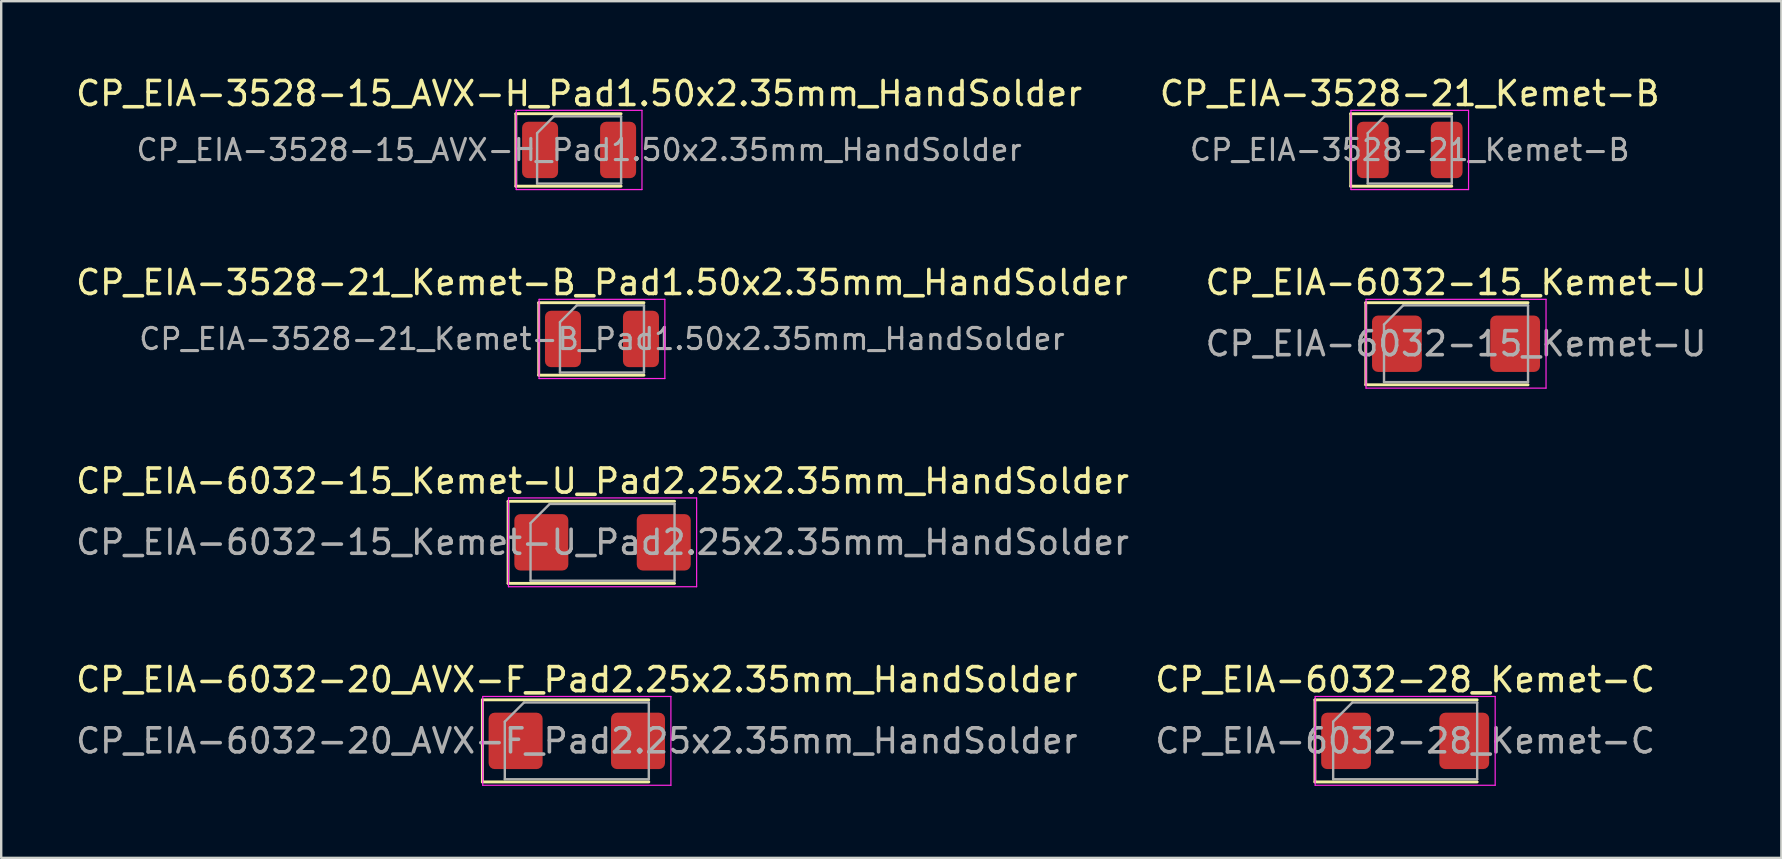
<source format=kicad_pcb>
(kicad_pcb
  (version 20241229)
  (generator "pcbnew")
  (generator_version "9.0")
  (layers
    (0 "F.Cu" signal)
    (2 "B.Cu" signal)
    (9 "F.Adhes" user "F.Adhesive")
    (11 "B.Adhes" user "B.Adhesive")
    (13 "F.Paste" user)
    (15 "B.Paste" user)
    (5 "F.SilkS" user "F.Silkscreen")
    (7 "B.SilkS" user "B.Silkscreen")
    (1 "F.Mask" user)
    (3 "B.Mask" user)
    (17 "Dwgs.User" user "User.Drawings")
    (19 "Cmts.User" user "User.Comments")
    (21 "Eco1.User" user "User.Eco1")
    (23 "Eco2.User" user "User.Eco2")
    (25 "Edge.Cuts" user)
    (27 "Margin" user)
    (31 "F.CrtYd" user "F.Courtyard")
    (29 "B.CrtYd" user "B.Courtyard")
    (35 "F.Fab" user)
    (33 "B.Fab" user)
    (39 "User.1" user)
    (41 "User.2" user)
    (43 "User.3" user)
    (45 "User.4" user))
  (footprint "CP_EIA-6032-15_Kemet-U_Pad2.25x2.35mm_HandSolder"
    (layer "F.Cu")
    (at 22.054 19.545)
    (property "Reference" "CP_EIA-6032-15_Kemet-U_Pad2.25x2.35mm_HandSolder" (at 0 -2.55 0) (layer "F.SilkS") (effects (font (size 1 1) (thickness 0.15))))
    (attr smd)
    (fp_line (start -3.935 -1.71) (end -3.935 1.71) (stroke (width 0.12) (type solid)) (layer "F.SilkS"))
    (fp_line (start -3.935 1.71) (end 3 1.71) (stroke (width 0.12) (type solid)) (layer "F.SilkS"))
    (fp_line (start 3 -1.71) (end -3.935 -1.71) (stroke (width 0.12) (type solid)) (layer "F.SilkS"))
    (fp_line (start -3.92 -1.85) (end 3.92 -1.85) (stroke (width 0.05) (type solid)) (layer "F.CrtYd"))
    (fp_line (start -3.92 1.85) (end -3.92 -1.85) (stroke (width 0.05) (type solid)) (layer "F.CrtYd"))
    (fp_line (start 3.92 -1.85) (end 3.92 1.85) (stroke (width 0.05) (type solid)) (layer "F.CrtYd"))
    (fp_line (start 3.92 1.85) (end -3.92 1.85) (stroke (width 0.05) (type solid)) (layer "F.CrtYd"))
    (fp_line (start -3 -0.8) (end -3 1.6) (stroke (width 0.1) (type solid)) (layer "F.Fab"))
    (fp_line (start -3 1.6) (end 3 1.6) (stroke (width 0.1) (type solid)) (layer "F.Fab"))
    (fp_line (start -2.2 -1.6) (end -3 -0.8) (stroke (width 0.1) (type solid)) (layer "F.Fab"))
    (fp_line (start 3 -1.6) (end -2.2 -1.6) (stroke (width 0.1) (type solid)) (layer "F.Fab"))
    (fp_line (start 3 1.6) (end 3 -1.6) (stroke (width 0.1) (type solid)) (layer "F.Fab"))
    (fp_text user "${REFERENCE}" (at 0 0 0) (layer "F.Fab") (effects (font (size 1 1) (thickness 0.15))))
    (pad "1" smd roundrect (at -2.55 0) (size 2.25 2.35) (layers "F.Cu" "F.Mask" "F.Paste") (roundrect_rratio 0.111))
    (pad "2" smd roundrect (at 2.55 0) (size 2.25 2.35) (layers "F.Cu" "F.Mask" "F.Paste") (roundrect_rratio 0.111)))
  (footprint "CP_EIA-3528-21_Kemet-B_Pad1.50x2.35mm_HandSolder"
    (layer "F.Cu")
    (at 22.03 11.072)
    (property "Reference" "CP_EIA-3528-21_Kemet-B_Pad1.50x2.35mm_HandSolder" (at 0 -2.35 0) (layer "F.SilkS") (effects (font (size 1 1) (thickness 0.15))))
    (attr smd)
    (fp_line (start -2.635 -1.51) (end -2.635 1.51) (stroke (width 0.12) (type solid)) (layer "F.SilkS"))
    (fp_line (start -2.635 1.51) (end 1.75 1.51) (stroke (width 0.12) (type solid)) (layer "F.SilkS"))
    (fp_line (start 1.75 -1.51) (end -2.635 -1.51) (stroke (width 0.12) (type solid)) (layer "F.SilkS"))
    (fp_line (start -2.62 -1.65) (end 2.62 -1.65) (stroke (width 0.05) (type solid)) (layer "F.CrtYd"))
    (fp_line (start -2.62 1.65) (end -2.62 -1.65) (stroke (width 0.05) (type solid)) (layer "F.CrtYd"))
    (fp_line (start 2.62 -1.65) (end 2.62 1.65) (stroke (width 0.05) (type solid)) (layer "F.CrtYd"))
    (fp_line (start 2.62 1.65) (end -2.62 1.65) (stroke (width 0.05) (type solid)) (layer "F.CrtYd"))
    (fp_line (start -1.75 -0.7) (end -1.75 1.4) (stroke (width 0.1) (type solid)) (layer "F.Fab"))
    (fp_line (start -1.75 1.4) (end 1.75 1.4) (stroke (width 0.1) (type solid)) (layer "F.Fab"))
    (fp_line (start -1.05 -1.4) (end -1.75 -0.7) (stroke (width 0.1) (type solid)) (layer "F.Fab"))
    (fp_line (start 1.75 -1.4) (end -1.05 -1.4) (stroke (width 0.1) (type solid)) (layer "F.Fab"))
    (fp_line (start 1.75 1.4) (end 1.75 -1.4) (stroke (width 0.1) (type solid)) (layer "F.Fab"))
    (fp_text user "${REFERENCE}" (at 0 0 0) (layer "F.Fab") (effects (font (size 0.88 0.88) (thickness 0.13))))
    (pad "1" smd roundrect (at -1.625 0) (size 1.5 2.35) (layers "F.Cu" "F.Mask" "F.Paste") (roundrect_rratio 0.167))
    (pad "2" smd roundrect (at 1.625 0) (size 1.5 2.35) (layers "F.Cu" "F.Mask" "F.Paste") (roundrect_rratio 0.167)))
  (footprint "CP_EIA-6032-15_Kemet-U"
    (layer "F.Cu")
    (at 57.613 11.271)
    (property "Reference" "CP_EIA-6032-15_Kemet-U" (at 0 -2.55 0) (layer "F.SilkS") (effects (font (size 1 1) (thickness 0.15))))
    (attr smd)
    (fp_line (start -3.76 -1.71) (end -3.76 1.71) (stroke (width 0.12) (type solid)) (layer "F.SilkS"))
    (fp_line (start -3.76 1.71) (end 3 1.71) (stroke (width 0.12) (type solid)) (layer "F.SilkS"))
    (fp_line (start 3 -1.71) (end -3.76 -1.71) (stroke (width 0.12) (type solid)) (layer "F.SilkS"))
    (fp_line (start -3.75 -1.85) (end 3.75 -1.85) (stroke (width 0.05) (type solid)) (layer "F.CrtYd"))
    (fp_line (start -3.75 1.85) (end -3.75 -1.85) (stroke (width 0.05) (type solid)) (layer "F.CrtYd"))
    (fp_line (start 3.75 -1.85) (end 3.75 1.85) (stroke (width 0.05) (type solid)) (layer "F.CrtYd"))
    (fp_line (start 3.75 1.85) (end -3.75 1.85) (stroke (width 0.05) (type solid)) (layer "F.CrtYd"))
    (fp_line (start -3 -0.8) (end -3 1.6) (stroke (width 0.1) (type solid)) (layer "F.Fab"))
    (fp_line (start -3 1.6) (end 3 1.6) (stroke (width 0.1) (type solid)) (layer "F.Fab"))
    (fp_line (start -2.2 -1.6) (end -3 -0.8) (stroke (width 0.1) (type solid)) (layer "F.Fab"))
    (fp_line (start 3 -1.6) (end -2.2 -1.6) (stroke (width 0.1) (type solid)) (layer "F.Fab"))
    (fp_line (start 3 1.6) (end 3 -1.6) (stroke (width 0.1) (type solid)) (layer "F.Fab"))
    (fp_text user "${REFERENCE}" (at 0 0 0) (layer "F.Fab") (effects (font (size 1 1) (thickness 0.15))))
    (pad "1" smd roundrect (at -2.462 0) (size 2.075 2.35) (layers "F.Cu" "F.Mask" "F.Paste") (roundrect_rratio 0.12))
    (pad "2" smd roundrect (at 2.462 0) (size 2.075 2.35) (layers "F.Cu" "F.Mask" "F.Paste") (roundrect_rratio 0.12)))
  (footprint "CP_EIA-6032-28_Kemet-C"
    (layer "F.Cu")
    (at 55.494 27.818)
    (property "Reference" "CP_EIA-6032-28_Kemet-C" (at 0 -2.55 0) (layer "F.SilkS") (effects (font (size 1 1) (thickness 0.15))))
    (attr smd)
    (fp_line (start -3.76 -1.71) (end -3.76 1.71) (stroke (width 0.12) (type solid)) (layer "F.SilkS"))
    (fp_line (start -3.76 1.71) (end 3 1.71) (stroke (width 0.12) (type solid)) (layer "F.SilkS"))
    (fp_line (start 3 -1.71) (end -3.76 -1.71) (stroke (width 0.12) (type solid)) (layer "F.SilkS"))
    (fp_line (start -3.75 -1.85) (end 3.75 -1.85) (stroke (width 0.05) (type solid)) (layer "F.CrtYd"))
    (fp_line (start -3.75 1.85) (end -3.75 -1.85) (stroke (width 0.05) (type solid)) (layer "F.CrtYd"))
    (fp_line (start 3.75 -1.85) (end 3.75 1.85) (stroke (width 0.05) (type solid)) (layer "F.CrtYd"))
    (fp_line (start 3.75 1.85) (end -3.75 1.85) (stroke (width 0.05) (type solid)) (layer "F.CrtYd"))
    (fp_line (start -3 -0.8) (end -3 1.6) (stroke (width 0.1) (type solid)) (layer "F.Fab"))
    (fp_line (start -3 1.6) (end 3 1.6) (stroke (width 0.1) (type solid)) (layer "F.Fab"))
    (fp_line (start -2.2 -1.6) (end -3 -0.8) (stroke (width 0.1) (type solid)) (layer "F.Fab"))
    (fp_line (start 3 -1.6) (end -2.2 -1.6) (stroke (width 0.1) (type solid)) (layer "F.Fab"))
    (fp_line (start 3 1.6) (end 3 -1.6) (stroke (width 0.1) (type solid)) (layer "F.Fab"))
    (fp_text user "${REFERENCE}" (at 0 0 0) (layer "F.Fab") (effects (font (size 1 1) (thickness 0.15))))
    (pad "1" smd roundrect (at -2.462 0) (size 2.075 2.35) (layers "F.Cu" "F.Mask" "F.Paste") (roundrect_rratio 0.12))
    (pad "2" smd roundrect (at 2.462 0) (size 2.075 2.35) (layers "F.Cu" "F.Mask" "F.Paste") (roundrect_rratio 0.12)))
  (footprint "CP_EIA-3528-15_AVX-H_Pad1.50x2.35mm_HandSolder"
    (layer "F.Cu")
    (at 21.077 3.198)
    (property "Reference" "CP_EIA-3528-15_AVX-H_Pad1.50x2.35mm_HandSolder" (at 0 -2.35 0) (layer "F.SilkS") (effects (font (size 1 1) (thickness 0.15))))
    (attr smd)
    (fp_line (start -2.635 -1.51) (end -2.635 1.51) (stroke (width 0.12) (type solid)) (layer "F.SilkS"))
    (fp_line (start -2.635 1.51) (end 1.75 1.51) (stroke (width 0.12) (type solid)) (layer "F.SilkS"))
    (fp_line (start 1.75 -1.51) (end -2.635 -1.51) (stroke (width 0.12) (type solid)) (layer "F.SilkS"))
    (fp_line (start -2.62 -1.65) (end 2.62 -1.65) (stroke (width 0.05) (type solid)) (layer "F.CrtYd"))
    (fp_line (start -2.62 1.65) (end -2.62 -1.65) (stroke (width 0.05) (type solid)) (layer "F.CrtYd"))
    (fp_line (start 2.62 -1.65) (end 2.62 1.65) (stroke (width 0.05) (type solid)) (layer "F.CrtYd"))
    (fp_line (start 2.62 1.65) (end -2.62 1.65) (stroke (width 0.05) (type solid)) (layer "F.CrtYd"))
    (fp_line (start -1.75 -0.7) (end -1.75 1.4) (stroke (width 0.1) (type solid)) (layer "F.Fab"))
    (fp_line (start -1.75 1.4) (end 1.75 1.4) (stroke (width 0.1) (type solid)) (layer "F.Fab"))
    (fp_line (start -1.05 -1.4) (end -1.75 -0.7) (stroke (width 0.1) (type solid)) (layer "F.Fab"))
    (fp_line (start 1.75 -1.4) (end -1.05 -1.4) (stroke (width 0.1) (type solid)) (layer "F.Fab"))
    (fp_line (start 1.75 1.4) (end 1.75 -1.4) (stroke (width 0.1) (type solid)) (layer "F.Fab"))
    (fp_text user "${REFERENCE}" (at 0 0 0) (layer "F.Fab") (effects (font (size 0.88 0.88) (thickness 0.13))))
    (pad "1" smd roundrect (at -1.625 0) (size 1.5 2.35) (layers "F.Cu" "F.Mask" "F.Paste") (roundrect_rratio 0.167))
    (pad "2" smd roundrect (at 1.625 0) (size 1.5 2.35) (layers "F.Cu" "F.Mask" "F.Paste") (roundrect_rratio 0.167)))
  (footprint "CP_EIA-6032-20_AVX-F_Pad2.25x2.35mm_HandSolder"
    (layer "F.Cu")
    (at 20.982 27.818)
    (property "Reference" "CP_EIA-6032-20_AVX-F_Pad2.25x2.35mm_HandSolder" (at 0 -2.55 0) (layer "F.SilkS") (effects (font (size 1 1) (thickness 0.15))))
    (attr smd)
    (fp_line (start -3.935 -1.71) (end -3.935 1.71) (stroke (width 0.12) (type solid)) (layer "F.SilkS"))
    (fp_line (start -3.935 1.71) (end 3 1.71) (stroke (width 0.12) (type solid)) (layer "F.SilkS"))
    (fp_line (start 3 -1.71) (end -3.935 -1.71) (stroke (width 0.12) (type solid)) (layer "F.SilkS"))
    (fp_line (start -3.92 -1.85) (end 3.92 -1.85) (stroke (width 0.05) (type solid)) (layer "F.CrtYd"))
    (fp_line (start -3.92 1.85) (end -3.92 -1.85) (stroke (width 0.05) (type solid)) (layer "F.CrtYd"))
    (fp_line (start 3.92 -1.85) (end 3.92 1.85) (stroke (width 0.05) (type solid)) (layer "F.CrtYd"))
    (fp_line (start 3.92 1.85) (end -3.92 1.85) (stroke (width 0.05) (type solid)) (layer "F.CrtYd"))
    (fp_line (start -3 -0.8) (end -3 1.6) (stroke (width 0.1) (type solid)) (layer "F.Fab"))
    (fp_line (start -3 1.6) (end 3 1.6) (stroke (width 0.1) (type solid)) (layer "F.Fab"))
    (fp_line (start -2.2 -1.6) (end -3 -0.8) (stroke (width 0.1) (type solid)) (layer "F.Fab"))
    (fp_line (start 3 -1.6) (end -2.2 -1.6) (stroke (width 0.1) (type solid)) (layer "F.Fab"))
    (fp_line (start 3 1.6) (end 3 -1.6) (stroke (width 0.1) (type solid)) (layer "F.Fab"))
    (fp_text user "${REFERENCE}" (at 0 0 0) (layer "F.Fab") (effects (font (size 1 1) (thickness 0.15))))
    (pad "1" smd roundrect (at -2.55 0) (size 2.25 2.35) (layers "F.Cu" "F.Mask" "F.Paste") (roundrect_rratio 0.111))
    (pad "2" smd roundrect (at 2.55 0) (size 2.25 2.35) (layers "F.Cu" "F.Mask" "F.Paste") (roundrect_rratio 0.111)))
  (footprint "CP_EIA-3528-21_Kemet-B"
    (layer "F.Cu")
    (at 55.685 3.198)
    (property "Reference" "CP_EIA-3528-21_Kemet-B" (at 0 -2.35 0) (layer "F.SilkS") (effects (font (size 1 1) (thickness 0.15))))
    (attr smd)
    (fp_line (start -2.46 -1.51) (end -2.46 1.51) (stroke (width 0.12) (type solid)) (layer "F.SilkS"))
    (fp_line (start -2.46 1.51) (end 1.75 1.51) (stroke (width 0.12) (type solid)) (layer "F.SilkS"))
    (fp_line (start 1.75 -1.51) (end -2.46 -1.51) (stroke (width 0.12) (type solid)) (layer "F.SilkS"))
    (fp_line (start -2.45 -1.65) (end 2.45 -1.65) (stroke (width 0.05) (type solid)) (layer "F.CrtYd"))
    (fp_line (start -2.45 1.65) (end -2.45 -1.65) (stroke (width 0.05) (type solid)) (layer "F.CrtYd"))
    (fp_line (start 2.45 -1.65) (end 2.45 1.65) (stroke (width 0.05) (type solid)) (layer "F.CrtYd"))
    (fp_line (start 2.45 1.65) (end -2.45 1.65) (stroke (width 0.05) (type solid)) (layer "F.CrtYd"))
    (fp_line (start -1.75 -0.7) (end -1.75 1.4) (stroke (width 0.1) (type solid)) (layer "F.Fab"))
    (fp_line (start -1.75 1.4) (end 1.75 1.4) (stroke (width 0.1) (type solid)) (layer "F.Fab"))
    (fp_line (start -1.05 -1.4) (end -1.75 -0.7) (stroke (width 0.1) (type solid)) (layer "F.Fab"))
    (fp_line (start 1.75 -1.4) (end -1.05 -1.4) (stroke (width 0.1) (type solid)) (layer "F.Fab"))
    (fp_line (start 1.75 1.4) (end 1.75 -1.4) (stroke (width 0.1) (type solid)) (layer "F.Fab"))
    (fp_text user "${REFERENCE}" (at 0 0 0) (layer "F.Fab") (effects (font (size 0.88 0.88) (thickness 0.13))))
    (pad "1" smd roundrect (at -1.538 0) (size 1.325 2.35) (layers "F.Cu" "F.Mask" "F.Paste") (roundrect_rratio 0.189))
    (pad "2" smd roundrect (at 1.538 0) (size 1.325 2.35) (layers "F.Cu" "F.Mask" "F.Paste") (roundrect_rratio 0.189)))
  (gr_rect
    (start -3 -3)
    (end 71.167 32.693)
    (stroke (width 0.1) (type default))
    (fill no)
    (layer "Edge.Cuts")))
</source>
